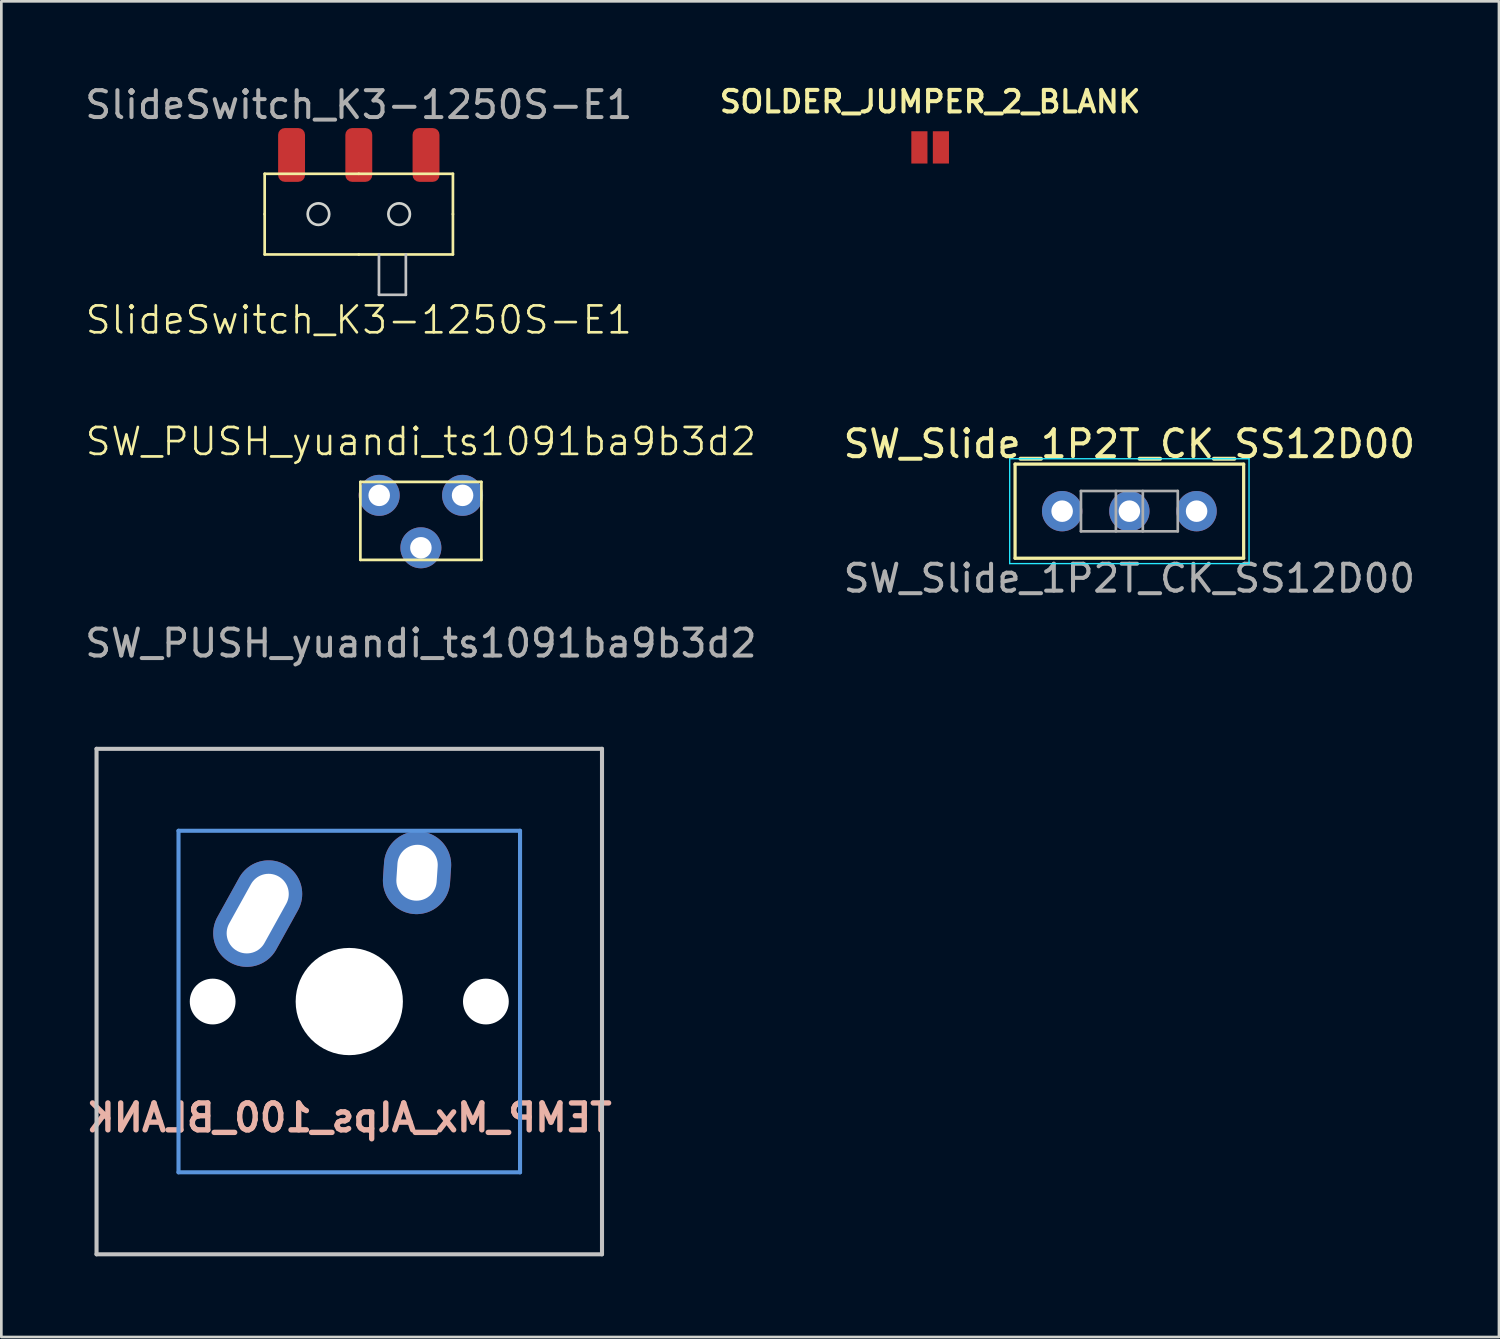
<source format=kicad_pcb>
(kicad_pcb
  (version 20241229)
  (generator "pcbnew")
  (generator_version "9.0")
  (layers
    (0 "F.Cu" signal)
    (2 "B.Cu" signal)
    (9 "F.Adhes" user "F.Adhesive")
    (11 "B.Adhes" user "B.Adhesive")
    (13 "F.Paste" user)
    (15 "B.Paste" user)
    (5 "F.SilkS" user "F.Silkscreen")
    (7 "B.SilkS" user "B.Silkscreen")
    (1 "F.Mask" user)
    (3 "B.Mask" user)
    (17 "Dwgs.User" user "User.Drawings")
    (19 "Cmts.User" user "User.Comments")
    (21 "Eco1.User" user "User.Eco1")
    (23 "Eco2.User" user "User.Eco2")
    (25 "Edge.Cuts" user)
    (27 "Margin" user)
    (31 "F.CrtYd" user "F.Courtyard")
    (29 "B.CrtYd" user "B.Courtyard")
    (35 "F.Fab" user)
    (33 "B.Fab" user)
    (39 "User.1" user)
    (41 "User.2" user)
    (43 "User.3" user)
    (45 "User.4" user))
  (footprint "SlideSwitch_K3-1250S-E1"
    (layer "F.Cu")
    (at 10.292 4.912)
    (property "Reference" "SlideSwitch_K3-1250S-E1" (at 0 3.937 0) (unlocked yes) (layer "F.SilkS") (effects (font (size 1 1) (thickness 0.1))))
    (attr smd)
    (fp_line (start -3.5 0) (end -3.5 -1.5) (stroke (width 0.1) (type default)) (layer "F.SilkS"))
    (fp_line (start -3.5 1.5) (end -3.5 0) (stroke (width 0.1) (type default)) (layer "F.SilkS"))
    (fp_line (start 0 -1.5) (end -3.5 -1.5) (stroke (width 0.1) (type default)) (layer "F.SilkS"))
    (fp_line (start 0 1.5) (end -3.5 1.5) (stroke (width 0.1) (type default)) (layer "F.SilkS"))
    (fp_line (start 3.5 -1.5) (end 0 -1.5) (stroke (width 0.1) (type default)) (layer "F.SilkS"))
    (fp_line (start 3.5 0) (end 3.5 -1.5) (stroke (width 0.1) (type default)) (layer "F.SilkS"))
    (fp_line (start 3.5 1.5) (end 0 1.5) (stroke (width 0.1) (type default)) (layer "F.SilkS"))
    (fp_line (start 3.5 1.5) (end 3.5 0) (stroke (width 0.1) (type default)) (layer "F.SilkS"))
    (fp_line (start 0.75 3) (end 0.75 1.5) (stroke (width 0.1) (type default)) (layer "Dwgs.User"))
    (fp_line (start 0.75 3) (end 1.75 3) (stroke (width 0.1) (type default)) (layer "Dwgs.User"))
    (fp_line (start 1.75 3) (end 1.75 1.5) (stroke (width 0.1) (type default)) (layer "Dwgs.User"))
    (fp_circle (center -1.5 0) (end -1.1 0) (stroke (width 0.1) (type default)) (fill no) (layer "Edge.Cuts"))
    (fp_circle (center 1.5 0) (end 1.9 0) (stroke (width 0.1) (type default)) (fill no) (layer "Edge.Cuts"))
    (fp_text user "${REFERENCE}" (at 0 -4.064 0) (unlocked yes) (layer "F.Fab") (effects (font (size 1 1) (thickness 0.15))))
    (pad "1" smd roundrect (at -2.5 -2.2 90) (size 2 1) (layers "F.Cu" "F.Mask" "F.Paste") (roundrect_rratio 0.25))
    (pad "2" smd roundrect (at 0 -2.2 90) (size 2 1) (layers "F.Cu" "F.Mask" "F.Paste") (roundrect_rratio 0.25))
    (pad "3" smd roundrect (at 2.5 -2.2 90) (size 2 1) (layers "F.Cu" "F.Mask" "F.Paste") (roundrect_rratio 0.25)))
  (footprint "TEMP_Mx_Alps_100_BLANK"
    (layer "F.Cu")
    (at 9.938 34.193)
    (property "Reference" "TEMP_Mx_Alps_100_BLANK" (at 0 4.318 180) (layer "B.SilkS") (effects (font (size 1 1) (thickness 0.2)) (justify mirror)))
    (attr through_hole)
    (fp_line (start -9.398 -9.398) (end 9.398 -9.398) (stroke (width 0.152) (type solid)) (layer "Dwgs.User"))
    (fp_line (start -9.398 9.398) (end -9.398 -9.398) (stroke (width 0.152) (type solid)) (layer "Dwgs.User"))
    (fp_line (start 9.398 -9.398) (end 9.398 9.398) (stroke (width 0.152) (type solid)) (layer "Dwgs.User"))
    (fp_line (start 9.398 9.398) (end -9.398 9.398) (stroke (width 0.152) (type solid)) (layer "Dwgs.User"))
    (fp_line (start -6.35 -6.35) (end 6.35 -6.35) (stroke (width 0.152) (type solid)) (layer "Cmts.User"))
    (fp_line (start -6.35 6.35) (end -6.35 -6.35) (stroke (width 0.152) (type solid)) (layer "Cmts.User"))
    (fp_line (start 6.35 -6.35) (end 6.35 6.35) (stroke (width 0.152) (type solid)) (layer "Cmts.User"))
    (fp_line (start 6.35 6.35) (end -6.35 6.35) (stroke (width 0.152) (type solid)) (layer "Cmts.User"))
    (fp_line (start -6.985 -6.985) (end 6.985 -6.985) (stroke (width 0.152) (type solid)) (layer "Eco2.User"))
    (fp_line (start -6.985 6.985) (end -6.985 -6.985) (stroke (width 0.152) (type solid)) (layer "Eco2.User"))
    (fp_line (start 6.985 -6.985) (end 6.985 6.985) (stroke (width 0.152) (type solid)) (layer "Eco2.User"))
    (fp_line (start 6.985 6.985) (end -6.985 6.985) (stroke (width 0.152) (type solid)) (layer "Eco2.User"))
    (pad "" np_thru_hole circle (at -5.08 0) (size 1.702 1.702) (drill 1.702) (layers "*.Cu"))
    (pad "" np_thru_hole circle (at 0 0) (size 3.988 3.988) (drill 3.988) (layers "*.Cu"))
    (pad "" np_thru_hole circle (at 5.08 0) (size 1.702 1.702) (drill 1.702) (layers "*.Cu"))
    (pad "1" thru_hole oval (at -3.405 -3.27 331) (size 2.5 4.17) (drill oval 1.5 3.17) (layers "*.Cu" "*.Mask"))
    (pad "2" thru_hole oval (at 2.52 -4.79 356.1) (size 2.5 3.08) (drill oval 1.5 2.08) (layers "*.Cu" "*.Mask")))
  (footprint "SW_Slide_1P2T_CK_SS12D00"
    (layer "F.Cu")
    (at 38.946 15.958)
    (property "Reference" "SW_Slide_1P2T_CK_SS12D00" (at 0 -2.5 0) (layer "F.SilkS") (effects (font (size 1 1) (thickness 0.15))))
    (attr through_hole)
    (fp_line (start -4.25 -1.75) (end 4.25 -1.75) (stroke (width 0.12) (type solid)) (layer "F.SilkS"))
    (fp_line (start -4.25 1.75) (end -4.25 -1.75) (stroke (width 0.12) (type solid)) (layer "F.SilkS"))
    (fp_line (start -4.25 1.75) (end 4.25 1.75) (stroke (width 0.12) (type solid)) (layer "F.SilkS"))
    (fp_line (start 4.25 1.75) (end 4.25 -1.75) (stroke (width 0.12) (type solid)) (layer "F.SilkS"))
    (fp_line (start -4.45 -1.95) (end -4.45 1.95) (stroke (width 0.05) (type solid)) (layer "B.CrtYd"))
    (fp_line (start 4.45 -1.95) (end -4.45 -1.95) (stroke (width 0.05) (type solid)) (layer "B.CrtYd"))
    (fp_line (start 4.45 -1.95) (end 4.45 1.95) (stroke (width 0.05) (type solid)) (layer "B.CrtYd"))
    (fp_line (start 4.45 1.95) (end -4.45 1.95) (stroke (width 0.05) (type solid)) (layer "B.CrtYd"))
    (fp_line (start -1.8 -0.75) (end -1.8 0.75) (stroke (width 0.1) (type solid)) (layer "F.Fab"))
    (fp_line (start -1.8 -0.75) (end 1.8 -0.75) (stroke (width 0.1) (type solid)) (layer "F.Fab"))
    (fp_line (start -1.8 0.75) (end 1.8 0.75) (stroke (width 0.1) (type solid)) (layer "F.Fab"))
    (fp_line (start -0.5 -0.75) (end -0.5 0.75) (stroke (width 0.1) (type solid)) (layer "F.Fab"))
    (fp_line (start 0.5 -0.75) (end 0.5 0.75) (stroke (width 0.1) (type solid)) (layer "F.Fab"))
    (fp_line (start 1.8 -0.75) (end 1.8 0.75) (stroke (width 0.1) (type solid)) (layer "F.Fab"))
    (fp_text user "${REFERENCE}" (at 0 2.5 0) (layer "F.Fab") (effects (font (size 1 1) (thickness 0.15))))
    (pad "1" thru_hole oval (at -2.5 0) (size 1.5 1.5) (drill 0.8) (layers "*.Cu" "*.Mask"))
    (pad "2" thru_hole oval (at 0 0) (size 1.5 1.5) (drill 0.8) (layers "*.Cu" "*.Mask"))
    (pad "3" thru_hole oval (at 2.5 0) (size 1.5 1.5) (drill 0.8) (layers "*.Cu" "*.Mask")))
  (footprint "SW_PUSH_yuandi_ts1091ba9b3d2"
    (layer "F.Cu")
    (at 12.601 15.37)
    (property "Reference" "SW_PUSH_yuandi_ts1091ba9b3d2" (at 0 -2 0) (unlocked yes) (layer "F.SilkS") (effects (font (size 1 1) (thickness 0.1))))
    (attr through_hole)
    (fp_line (start -2.25 2.4) (end -2.25 -0.5) (stroke (width 0.1) (type default)) (layer "F.SilkS"))
    (fp_line (start 2.25 -0.5) (end -2.25 -0.5) (stroke (width 0.1) (type default)) (layer "F.SilkS"))
    (fp_line (start 2.25 2.4) (end -2.25 2.4) (stroke (width 0.1) (type default)) (layer "F.SilkS"))
    (fp_line (start 2.25 2.4) (end 2.25 -0.5) (stroke (width 0.1) (type default)) (layer "F.SilkS"))
    (fp_text user "${REFERENCE}" (at 0 5.5 0) (unlocked yes) (layer "F.Fab") (effects (font (size 1 1) (thickness 0.15))))
    (pad "" np_thru_hole circle (at 0 1.95) (size 1.524 1.524) (drill 0.8) (layers "*.Cu" "*.Mask"))
    (pad "1" thru_hole circle (at -1.55 0) (size 1.524 1.524) (drill 0.8) (layers "*.Cu" "*.Mask"))
    (pad "2" thru_hole circle (at 1.55 0) (size 1.524 1.524) (drill 0.8) (layers "*.Cu" "*.Mask")))
  (footprint "SOLDER_JUMPER_2_BLANK"
    (layer "F.Cu")
    (at 31.538 2.431)
    (property "Reference" "SOLDER_JUMPER_2_BLANK" (at 0 -1.7 180) (layer "F.SilkS") (effects (font (size 0.8 0.8) (thickness 0.15))))
    (attr exclude_from_pos_files exclude_from_bom)
    (pad "1" smd rect (at -0.4 0) (size 0.6 1.2) (layers "F.Cu" "F.Mask"))
    (pad "2" smd rect (at 0.4 0) (size 0.6 1.2) (layers "F.Cu" "F.Mask")))
  (gr_rect
    (start -3 -3)
    (end 52.69 46.667)
    (stroke (width 0.1) (type default))
    (fill no)
    (layer "Edge.Cuts")))
</source>
